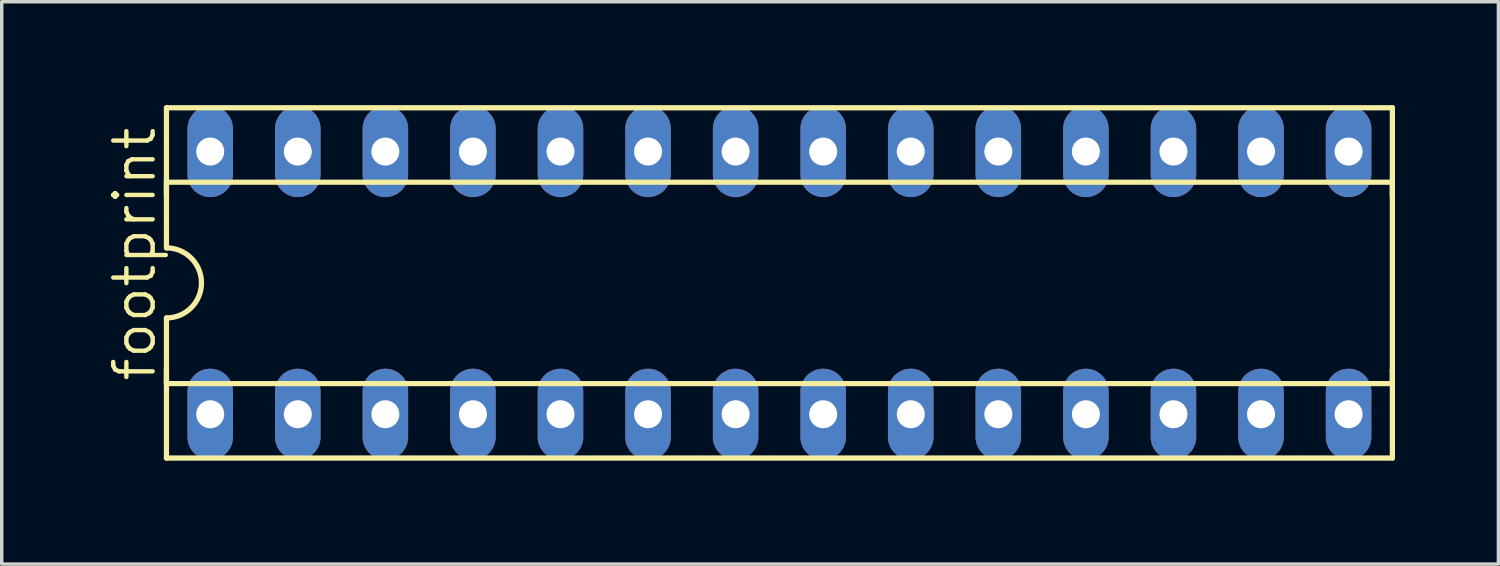
<source format=kicad_pcb>
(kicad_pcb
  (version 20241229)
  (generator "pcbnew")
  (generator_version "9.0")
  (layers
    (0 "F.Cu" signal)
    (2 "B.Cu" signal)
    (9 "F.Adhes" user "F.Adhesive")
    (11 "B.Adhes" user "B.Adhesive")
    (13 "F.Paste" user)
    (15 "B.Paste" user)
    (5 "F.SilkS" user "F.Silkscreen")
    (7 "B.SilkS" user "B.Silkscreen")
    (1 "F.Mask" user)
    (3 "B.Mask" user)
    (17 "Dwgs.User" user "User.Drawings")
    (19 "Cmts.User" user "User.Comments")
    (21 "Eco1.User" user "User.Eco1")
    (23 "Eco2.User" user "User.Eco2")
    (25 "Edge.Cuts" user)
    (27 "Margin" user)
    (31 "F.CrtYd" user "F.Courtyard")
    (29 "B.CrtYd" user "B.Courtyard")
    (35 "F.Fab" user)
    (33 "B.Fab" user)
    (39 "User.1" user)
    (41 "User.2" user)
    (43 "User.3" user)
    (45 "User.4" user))
  (footprint "footprint"
    (layer "F.Cu")
    (at 19.558 5.156)
    (property "Reference" "footprint" (at -18.034 2.921 90) (layer "F.SilkS") (effects (font (size 1.143 1.143) (thickness 0.127)) (justify left bottom)))
    (fp_line (start -17.78 -5.08) (end -17.78 -2.54) (stroke (width 0.152) (type solid)) (layer "F.SilkS"))
    (fp_line (start -17.78 -2.921) (end -17.78 -2.54) (stroke (width 0.152) (type solid)) (layer "F.SilkS"))
    (fp_line (start -17.78 -2.54) (end -17.78 -1.016) (stroke (width 0.152) (type solid)) (layer "F.SilkS"))
    (fp_line (start -17.78 2.54) (end -17.78 1.016) (stroke (width 0.152) (type solid)) (layer "F.SilkS"))
    (fp_line (start -17.78 2.921) (end -17.78 2.54) (stroke (width 0.152) (type solid)) (layer "F.SilkS"))
    (fp_line (start -17.78 2.921) (end 17.78 2.921) (stroke (width 0.152) (type solid)) (layer "F.SilkS"))
    (fp_line (start -17.78 5.08) (end -17.78 2.54) (stroke (width 0.152) (type solid)) (layer "F.SilkS"))
    (fp_line (start -17.78 5.08) (end 17.78 5.08) (stroke (width 0.152) (type solid)) (layer "F.SilkS"))
    (fp_line (start 17.78 -5.08) (end -17.78 -5.08) (stroke (width 0.152) (type solid)) (layer "F.SilkS"))
    (fp_line (start 17.78 -5.08) (end 17.78 -2.54) (stroke (width 0.152) (type solid)) (layer "F.SilkS"))
    (fp_line (start 17.78 -2.921) (end -17.78 -2.921) (stroke (width 0.152) (type solid)) (layer "F.SilkS"))
    (fp_line (start 17.78 -2.921) (end 17.78 -2.54) (stroke (width 0.152) (type solid)) (layer "F.SilkS"))
    (fp_line (start 17.78 -2.54) (end 17.78 2.54) (stroke (width 0.152) (type solid)) (layer "F.SilkS"))
    (fp_line (start 17.78 2.54) (end 17.78 2.921) (stroke (width 0.152) (type solid)) (layer "F.SilkS"))
    (fp_line (start 17.78 5.08) (end 17.78 2.54) (stroke (width 0.152) (type solid)) (layer "F.SilkS"))
    (fp_arc (start -17.78 -1.016) (mid -16.764 0) (end -17.78 1.016) (stroke (width 0.1524) (type solid)) (layer "F.SilkS"))
    (pad "1" thru_hole oval (at -16.51 3.81 90) (size 2.642 1.321) (drill 0.813) (layers "*.Cu" "*.Mask"))
    (pad "2" thru_hole oval (at -13.97 3.81 90) (size 2.642 1.321) (drill 0.813) (layers "*.Cu" "*.Mask"))
    (pad "3" thru_hole oval (at -11.43 3.81 90) (size 2.642 1.321) (drill 0.813) (layers "*.Cu" "*.Mask"))
    (pad "4" thru_hole oval (at -8.89 3.81 90) (size 2.642 1.321) (drill 0.813) (layers "*.Cu" "*.Mask"))
    (pad "5" thru_hole oval (at -6.35 3.81 90) (size 2.642 1.321) (drill 0.813) (layers "*.Cu" "*.Mask"))
    (pad "6" thru_hole oval (at -3.81 3.81 90) (size 2.642 1.321) (drill 0.813) (layers "*.Cu" "*.Mask"))
    (pad "7" thru_hole oval (at -1.27 3.81 90) (size 2.642 1.321) (drill 0.813) (layers "*.Cu" "*.Mask"))
    (pad "8" thru_hole oval (at 1.27 3.81 90) (size 2.642 1.321) (drill 0.813) (layers "*.Cu" "*.Mask"))
    (pad "9" thru_hole oval (at 3.81 3.81 90) (size 2.642 1.321) (drill 0.813) (layers "*.Cu" "*.Mask"))
    (pad "10" thru_hole oval (at 6.35 3.81 90) (size 2.642 1.321) (drill 0.813) (layers "*.Cu" "*.Mask"))
    (pad "11" thru_hole oval (at 8.89 3.81 90) (size 2.642 1.321) (drill 0.813) (layers "*.Cu" "*.Mask"))
    (pad "12" thru_hole oval (at 11.43 3.81 90) (size 2.642 1.321) (drill 0.813) (layers "*.Cu" "*.Mask"))
    (pad "13" thru_hole oval (at 13.97 3.81 90) (size 2.642 1.321) (drill 0.813) (layers "*.Cu" "*.Mask"))
    (pad "14" thru_hole oval (at 16.51 3.81 90) (size 2.642 1.321) (drill 0.813) (layers "*.Cu" "*.Mask"))
    (pad "15" thru_hole oval (at 16.51 -3.81 90) (size 2.642 1.321) (drill 0.813) (layers "*.Cu" "*.Mask"))
    (pad "16" thru_hole oval (at 13.97 -3.81 90) (size 2.642 1.321) (drill 0.813) (layers "*.Cu" "*.Mask"))
    (pad "17" thru_hole oval (at 11.43 -3.81 90) (size 2.642 1.321) (drill 0.813) (layers "*.Cu" "*.Mask"))
    (pad "18" thru_hole oval (at 8.89 -3.81 90) (size 2.642 1.321) (drill 0.813) (layers "*.Cu" "*.Mask"))
    (pad "19" thru_hole oval (at 6.35 -3.81 90) (size 2.642 1.321) (drill 0.813) (layers "*.Cu" "*.Mask"))
    (pad "20" thru_hole oval (at 3.81 -3.81 90) (size 2.642 1.321) (drill 0.813) (layers "*.Cu" "*.Mask"))
    (pad "21" thru_hole oval (at 1.27 -3.81 90) (size 2.642 1.321) (drill 0.813) (layers "*.Cu" "*.Mask"))
    (pad "22" thru_hole oval (at -1.27 -3.81 90) (size 2.642 1.321) (drill 0.813) (layers "*.Cu" "*.Mask"))
    (pad "23" thru_hole oval (at -3.81 -3.81 90) (size 2.642 1.321) (drill 0.813) (layers "*.Cu" "*.Mask"))
    (pad "24" thru_hole oval (at -6.35 -3.81 90) (size 2.642 1.321) (drill 0.813) (layers "*.Cu" "*.Mask"))
    (pad "25" thru_hole oval (at -8.89 -3.81 90) (size 2.642 1.321) (drill 0.813) (layers "*.Cu" "*.Mask"))
    (pad "26" thru_hole oval (at -11.43 -3.81 90) (size 2.642 1.321) (drill 0.813) (layers "*.Cu" "*.Mask"))
    (pad "27" thru_hole oval (at -13.97 -3.81 90) (size 2.642 1.321) (drill 0.813) (layers "*.Cu" "*.Mask"))
    (pad "28" thru_hole oval (at -16.51 -3.81 90) (size 2.642 1.321) (drill 0.813) (layers "*.Cu" "*.Mask")))
  (gr_rect
    (start -3 -3)
    (end 40.414 13.312)
    (stroke (width 0.1) (type default))
    (fill no)
    (layer "Edge.Cuts")))
</source>
